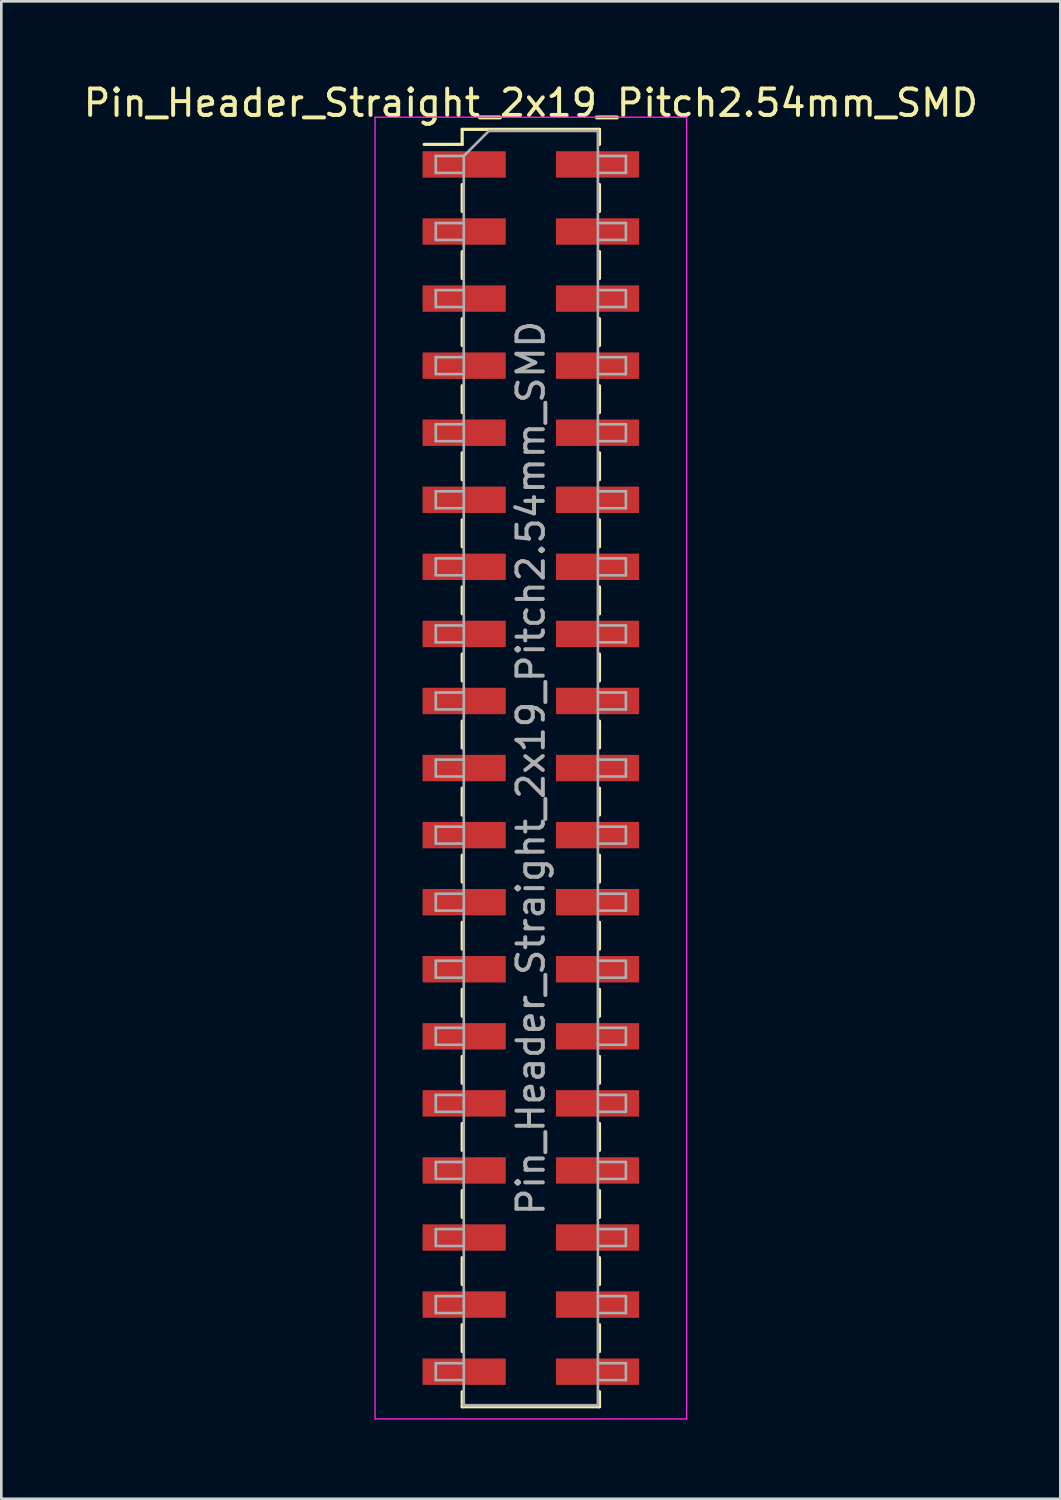
<source format=kicad_pcb>
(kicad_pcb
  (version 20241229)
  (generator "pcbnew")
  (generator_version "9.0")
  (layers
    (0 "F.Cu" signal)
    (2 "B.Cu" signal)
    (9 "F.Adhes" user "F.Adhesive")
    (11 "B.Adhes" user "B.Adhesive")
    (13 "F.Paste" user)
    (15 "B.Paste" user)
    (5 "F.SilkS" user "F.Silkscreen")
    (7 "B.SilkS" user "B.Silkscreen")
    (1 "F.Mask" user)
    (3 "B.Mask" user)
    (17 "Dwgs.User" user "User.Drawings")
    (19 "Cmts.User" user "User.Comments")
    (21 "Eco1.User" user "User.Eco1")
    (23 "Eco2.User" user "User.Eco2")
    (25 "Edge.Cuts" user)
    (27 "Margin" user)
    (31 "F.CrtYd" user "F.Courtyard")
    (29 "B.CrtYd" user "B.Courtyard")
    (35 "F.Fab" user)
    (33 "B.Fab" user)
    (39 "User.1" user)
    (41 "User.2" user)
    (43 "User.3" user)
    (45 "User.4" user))
  (footprint "Pin_Header_Straight_2x19_Pitch2.54mm_SMD"
    (layer "F.Cu")
    (at 17.054 26.038)
    (property "Reference" "Pin_Header_Straight_2x19_Pitch2.54mm_SMD" (at 0 -25.19 0) (layer "F.SilkS") (effects (font (size 1 1) (thickness 0.15))))
    (attr smd)
    (fp_line (start -4.04 -23.62) (end -2.6 -23.62) (stroke (width 0.12) (type solid)) (layer "F.SilkS"))
    (fp_line (start -2.6 -24.19) (end -2.6 -23.62) (stroke (width 0.12) (type solid)) (layer "F.SilkS"))
    (fp_line (start -2.6 -24.19) (end 2.6 -24.19) (stroke (width 0.12) (type solid)) (layer "F.SilkS"))
    (fp_line (start -2.6 -22.1) (end -2.6 -21.08) (stroke (width 0.12) (type solid)) (layer "F.SilkS"))
    (fp_line (start -2.6 -19.56) (end -2.6 -18.54) (stroke (width 0.12) (type solid)) (layer "F.SilkS"))
    (fp_line (start -2.6 -17.02) (end -2.6 -16) (stroke (width 0.12) (type solid)) (layer "F.SilkS"))
    (fp_line (start -2.6 -14.48) (end -2.6 -13.46) (stroke (width 0.12) (type solid)) (layer "F.SilkS"))
    (fp_line (start -2.6 -11.94) (end -2.6 -10.92) (stroke (width 0.12) (type solid)) (layer "F.SilkS"))
    (fp_line (start -2.6 -9.4) (end -2.6 -8.38) (stroke (width 0.12) (type solid)) (layer "F.SilkS"))
    (fp_line (start -2.6 -6.86) (end -2.6 -5.84) (stroke (width 0.12) (type solid)) (layer "F.SilkS"))
    (fp_line (start -2.6 -4.32) (end -2.6 -3.3) (stroke (width 0.12) (type solid)) (layer "F.SilkS"))
    (fp_line (start -2.6 -1.78) (end -2.6 -0.76) (stroke (width 0.12) (type solid)) (layer "F.SilkS"))
    (fp_line (start -2.6 0.76) (end -2.6 1.78) (stroke (width 0.12) (type solid)) (layer "F.SilkS"))
    (fp_line (start -2.6 3.3) (end -2.6 4.32) (stroke (width 0.12) (type solid)) (layer "F.SilkS"))
    (fp_line (start -2.6 5.84) (end -2.6 6.86) (stroke (width 0.12) (type solid)) (layer "F.SilkS"))
    (fp_line (start -2.6 8.38) (end -2.6 9.4) (stroke (width 0.12) (type solid)) (layer "F.SilkS"))
    (fp_line (start -2.6 10.92) (end -2.6 11.94) (stroke (width 0.12) (type solid)) (layer "F.SilkS"))
    (fp_line (start -2.6 13.46) (end -2.6 14.48) (stroke (width 0.12) (type solid)) (layer "F.SilkS"))
    (fp_line (start -2.6 16) (end -2.6 17.02) (stroke (width 0.12) (type solid)) (layer "F.SilkS"))
    (fp_line (start -2.6 18.54) (end -2.6 19.56) (stroke (width 0.12) (type solid)) (layer "F.SilkS"))
    (fp_line (start -2.6 21.08) (end -2.6 22.1) (stroke (width 0.12) (type solid)) (layer "F.SilkS"))
    (fp_line (start -2.6 23.62) (end -2.6 24.19) (stroke (width 0.12) (type solid)) (layer "F.SilkS"))
    (fp_line (start -2.6 24.19) (end 2.6 24.19) (stroke (width 0.12) (type solid)) (layer "F.SilkS"))
    (fp_line (start 2.6 -24.19) (end 2.6 -23.62) (stroke (width 0.12) (type solid)) (layer "F.SilkS"))
    (fp_line (start 2.6 -22.1) (end 2.6 -21.08) (stroke (width 0.12) (type solid)) (layer "F.SilkS"))
    (fp_line (start 2.6 -19.56) (end 2.6 -18.54) (stroke (width 0.12) (type solid)) (layer "F.SilkS"))
    (fp_line (start 2.6 -17.02) (end 2.6 -16) (stroke (width 0.12) (type solid)) (layer "F.SilkS"))
    (fp_line (start 2.6 -14.48) (end 2.6 -13.46) (stroke (width 0.12) (type solid)) (layer "F.SilkS"))
    (fp_line (start 2.6 -11.94) (end 2.6 -10.92) (stroke (width 0.12) (type solid)) (layer "F.SilkS"))
    (fp_line (start 2.6 -9.4) (end 2.6 -8.38) (stroke (width 0.12) (type solid)) (layer "F.SilkS"))
    (fp_line (start 2.6 -6.86) (end 2.6 -5.84) (stroke (width 0.12) (type solid)) (layer "F.SilkS"))
    (fp_line (start 2.6 -4.32) (end 2.6 -3.3) (stroke (width 0.12) (type solid)) (layer "F.SilkS"))
    (fp_line (start 2.6 -1.78) (end 2.6 -0.76) (stroke (width 0.12) (type solid)) (layer "F.SilkS"))
    (fp_line (start 2.6 0.76) (end 2.6 1.78) (stroke (width 0.12) (type solid)) (layer "F.SilkS"))
    (fp_line (start 2.6 3.3) (end 2.6 4.32) (stroke (width 0.12) (type solid)) (layer "F.SilkS"))
    (fp_line (start 2.6 5.84) (end 2.6 6.86) (stroke (width 0.12) (type solid)) (layer "F.SilkS"))
    (fp_line (start 2.6 8.38) (end 2.6 9.4) (stroke (width 0.12) (type solid)) (layer "F.SilkS"))
    (fp_line (start 2.6 10.92) (end 2.6 11.94) (stroke (width 0.12) (type solid)) (layer "F.SilkS"))
    (fp_line (start 2.6 13.46) (end 2.6 14.48) (stroke (width 0.12) (type solid)) (layer "F.SilkS"))
    (fp_line (start 2.6 16) (end 2.6 17.02) (stroke (width 0.12) (type solid)) (layer "F.SilkS"))
    (fp_line (start 2.6 18.54) (end 2.6 19.56) (stroke (width 0.12) (type solid)) (layer "F.SilkS"))
    (fp_line (start 2.6 21.08) (end 2.6 22.1) (stroke (width 0.12) (type solid)) (layer "F.SilkS"))
    (fp_line (start 2.6 23.62) (end 2.6 24.19) (stroke (width 0.12) (type solid)) (layer "F.SilkS"))
    (fp_line (start -5.9 -24.65) (end -5.9 24.65) (stroke (width 0.05) (type solid)) (layer "F.CrtYd"))
    (fp_line (start -5.9 24.65) (end 5.9 24.65) (stroke (width 0.05) (type solid)) (layer "F.CrtYd"))
    (fp_line (start 5.9 -24.65) (end -5.9 -24.65) (stroke (width 0.05) (type solid)) (layer "F.CrtYd"))
    (fp_line (start 5.9 24.65) (end 5.9 -24.65) (stroke (width 0.05) (type solid)) (layer "F.CrtYd"))
    (fp_line (start -3.6 -23.18) (end -3.6 -22.54) (stroke (width 0.1) (type solid)) (layer "F.Fab"))
    (fp_line (start -3.6 -22.54) (end -2.54 -22.54) (stroke (width 0.1) (type solid)) (layer "F.Fab"))
    (fp_line (start -3.6 -20.64) (end -3.6 -20) (stroke (width 0.1) (type solid)) (layer "F.Fab"))
    (fp_line (start -3.6 -20) (end -2.54 -20) (stroke (width 0.1) (type solid)) (layer "F.Fab"))
    (fp_line (start -3.6 -18.1) (end -3.6 -17.46) (stroke (width 0.1) (type solid)) (layer "F.Fab"))
    (fp_line (start -3.6 -17.46) (end -2.54 -17.46) (stroke (width 0.1) (type solid)) (layer "F.Fab"))
    (fp_line (start -3.6 -15.56) (end -3.6 -14.92) (stroke (width 0.1) (type solid)) (layer "F.Fab"))
    (fp_line (start -3.6 -14.92) (end -2.54 -14.92) (stroke (width 0.1) (type solid)) (layer "F.Fab"))
    (fp_line (start -3.6 -13.02) (end -3.6 -12.38) (stroke (width 0.1) (type solid)) (layer "F.Fab"))
    (fp_line (start -3.6 -12.38) (end -2.54 -12.38) (stroke (width 0.1) (type solid)) (layer "F.Fab"))
    (fp_line (start -3.6 -10.48) (end -3.6 -9.84) (stroke (width 0.1) (type solid)) (layer "F.Fab"))
    (fp_line (start -3.6 -9.84) (end -2.54 -9.84) (stroke (width 0.1) (type solid)) (layer "F.Fab"))
    (fp_line (start -3.6 -7.94) (end -3.6 -7.3) (stroke (width 0.1) (type solid)) (layer "F.Fab"))
    (fp_line (start -3.6 -7.3) (end -2.54 -7.3) (stroke (width 0.1) (type solid)) (layer "F.Fab"))
    (fp_line (start -3.6 -5.4) (end -3.6 -4.76) (stroke (width 0.1) (type solid)) (layer "F.Fab"))
    (fp_line (start -3.6 -4.76) (end -2.54 -4.76) (stroke (width 0.1) (type solid)) (layer "F.Fab"))
    (fp_line (start -3.6 -2.86) (end -3.6 -2.22) (stroke (width 0.1) (type solid)) (layer "F.Fab"))
    (fp_line (start -3.6 -2.22) (end -2.54 -2.22) (stroke (width 0.1) (type solid)) (layer "F.Fab"))
    (fp_line (start -3.6 -0.32) (end -3.6 0.32) (stroke (width 0.1) (type solid)) (layer "F.Fab"))
    (fp_line (start -3.6 0.32) (end -2.54 0.32) (stroke (width 0.1) (type solid)) (layer "F.Fab"))
    (fp_line (start -3.6 2.22) (end -3.6 2.86) (stroke (width 0.1) (type solid)) (layer "F.Fab"))
    (fp_line (start -3.6 2.86) (end -2.54 2.86) (stroke (width 0.1) (type solid)) (layer "F.Fab"))
    (fp_line (start -3.6 4.76) (end -3.6 5.4) (stroke (width 0.1) (type solid)) (layer "F.Fab"))
    (fp_line (start -3.6 5.4) (end -2.54 5.4) (stroke (width 0.1) (type solid)) (layer "F.Fab"))
    (fp_line (start -3.6 7.3) (end -3.6 7.94) (stroke (width 0.1) (type solid)) (layer "F.Fab"))
    (fp_line (start -3.6 7.94) (end -2.54 7.94) (stroke (width 0.1) (type solid)) (layer "F.Fab"))
    (fp_line (start -3.6 9.84) (end -3.6 10.48) (stroke (width 0.1) (type solid)) (layer "F.Fab"))
    (fp_line (start -3.6 10.48) (end -2.54 10.48) (stroke (width 0.1) (type solid)) (layer "F.Fab"))
    (fp_line (start -3.6 12.38) (end -3.6 13.02) (stroke (width 0.1) (type solid)) (layer "F.Fab"))
    (fp_line (start -3.6 13.02) (end -2.54 13.02) (stroke (width 0.1) (type solid)) (layer "F.Fab"))
    (fp_line (start -3.6 14.92) (end -3.6 15.56) (stroke (width 0.1) (type solid)) (layer "F.Fab"))
    (fp_line (start -3.6 15.56) (end -2.54 15.56) (stroke (width 0.1) (type solid)) (layer "F.Fab"))
    (fp_line (start -3.6 17.46) (end -3.6 18.1) (stroke (width 0.1) (type solid)) (layer "F.Fab"))
    (fp_line (start -3.6 18.1) (end -2.54 18.1) (stroke (width 0.1) (type solid)) (layer "F.Fab"))
    (fp_line (start -3.6 20) (end -3.6 20.64) (stroke (width 0.1) (type solid)) (layer "F.Fab"))
    (fp_line (start -3.6 20.64) (end -2.54 20.64) (stroke (width 0.1) (type solid)) (layer "F.Fab"))
    (fp_line (start -3.6 22.54) (end -3.6 23.18) (stroke (width 0.1) (type solid)) (layer "F.Fab"))
    (fp_line (start -3.6 23.18) (end -2.54 23.18) (stroke (width 0.1) (type solid)) (layer "F.Fab"))
    (fp_line (start -2.54 -23.18) (end -3.6 -23.18) (stroke (width 0.1) (type solid)) (layer "F.Fab"))
    (fp_line (start -2.54 -23.18) (end -1.59 -24.13) (stroke (width 0.1) (type solid)) (layer "F.Fab"))
    (fp_line (start -2.54 -20.64) (end -3.6 -20.64) (stroke (width 0.1) (type solid)) (layer "F.Fab"))
    (fp_line (start -2.54 -18.1) (end -3.6 -18.1) (stroke (width 0.1) (type solid)) (layer "F.Fab"))
    (fp_line (start -2.54 -15.56) (end -3.6 -15.56) (stroke (width 0.1) (type solid)) (layer "F.Fab"))
    (fp_line (start -2.54 -13.02) (end -3.6 -13.02) (stroke (width 0.1) (type solid)) (layer "F.Fab"))
    (fp_line (start -2.54 -10.48) (end -3.6 -10.48) (stroke (width 0.1) (type solid)) (layer "F.Fab"))
    (fp_line (start -2.54 -7.94) (end -3.6 -7.94) (stroke (width 0.1) (type solid)) (layer "F.Fab"))
    (fp_line (start -2.54 -5.4) (end -3.6 -5.4) (stroke (width 0.1) (type solid)) (layer "F.Fab"))
    (fp_line (start -2.54 -2.86) (end -3.6 -2.86) (stroke (width 0.1) (type solid)) (layer "F.Fab"))
    (fp_line (start -2.54 -0.32) (end -3.6 -0.32) (stroke (width 0.1) (type solid)) (layer "F.Fab"))
    (fp_line (start -2.54 2.22) (end -3.6 2.22) (stroke (width 0.1) (type solid)) (layer "F.Fab"))
    (fp_line (start -2.54 4.76) (end -3.6 4.76) (stroke (width 0.1) (type solid)) (layer "F.Fab"))
    (fp_line (start -2.54 7.3) (end -3.6 7.3) (stroke (width 0.1) (type solid)) (layer "F.Fab"))
    (fp_line (start -2.54 9.84) (end -3.6 9.84) (stroke (width 0.1) (type solid)) (layer "F.Fab"))
    (fp_line (start -2.54 12.38) (end -3.6 12.38) (stroke (width 0.1) (type solid)) (layer "F.Fab"))
    (fp_line (start -2.54 14.92) (end -3.6 14.92) (stroke (width 0.1) (type solid)) (layer "F.Fab"))
    (fp_line (start -2.54 17.46) (end -3.6 17.46) (stroke (width 0.1) (type solid)) (layer "F.Fab"))
    (fp_line (start -2.54 20) (end -3.6 20) (stroke (width 0.1) (type solid)) (layer "F.Fab"))
    (fp_line (start -2.54 22.54) (end -3.6 22.54) (stroke (width 0.1) (type solid)) (layer "F.Fab"))
    (fp_line (start -2.54 24.13) (end -2.54 -23.18) (stroke (width 0.1) (type solid)) (layer "F.Fab"))
    (fp_line (start -1.59 -24.13) (end 2.54 -24.13) (stroke (width 0.1) (type solid)) (layer "F.Fab"))
    (fp_line (start 2.54 -24.13) (end 2.54 24.13) (stroke (width 0.1) (type solid)) (layer "F.Fab"))
    (fp_line (start 2.54 -23.18) (end 3.6 -23.18) (stroke (width 0.1) (type solid)) (layer "F.Fab"))
    (fp_line (start 2.54 -20.64) (end 3.6 -20.64) (stroke (width 0.1) (type solid)) (layer "F.Fab"))
    (fp_line (start 2.54 -18.1) (end 3.6 -18.1) (stroke (width 0.1) (type solid)) (layer "F.Fab"))
    (fp_line (start 2.54 -15.56) (end 3.6 -15.56) (stroke (width 0.1) (type solid)) (layer "F.Fab"))
    (fp_line (start 2.54 -13.02) (end 3.6 -13.02) (stroke (width 0.1) (type solid)) (layer "F.Fab"))
    (fp_line (start 2.54 -10.48) (end 3.6 -10.48) (stroke (width 0.1) (type solid)) (layer "F.Fab"))
    (fp_line (start 2.54 -7.94) (end 3.6 -7.94) (stroke (width 0.1) (type solid)) (layer "F.Fab"))
    (fp_line (start 2.54 -5.4) (end 3.6 -5.4) (stroke (width 0.1) (type solid)) (layer "F.Fab"))
    (fp_line (start 2.54 -2.86) (end 3.6 -2.86) (stroke (width 0.1) (type solid)) (layer "F.Fab"))
    (fp_line (start 2.54 -0.32) (end 3.6 -0.32) (stroke (width 0.1) (type solid)) (layer "F.Fab"))
    (fp_line (start 2.54 2.22) (end 3.6 2.22) (stroke (width 0.1) (type solid)) (layer "F.Fab"))
    (fp_line (start 2.54 4.76) (end 3.6 4.76) (stroke (width 0.1) (type solid)) (layer "F.Fab"))
    (fp_line (start 2.54 7.3) (end 3.6 7.3) (stroke (width 0.1) (type solid)) (layer "F.Fab"))
    (fp_line (start 2.54 9.84) (end 3.6 9.84) (stroke (width 0.1) (type solid)) (layer "F.Fab"))
    (fp_line (start 2.54 12.38) (end 3.6 12.38) (stroke (width 0.1) (type solid)) (layer "F.Fab"))
    (fp_line (start 2.54 14.92) (end 3.6 14.92) (stroke (width 0.1) (type solid)) (layer "F.Fab"))
    (fp_line (start 2.54 17.46) (end 3.6 17.46) (stroke (width 0.1) (type solid)) (layer "F.Fab"))
    (fp_line (start 2.54 20) (end 3.6 20) (stroke (width 0.1) (type solid)) (layer "F.Fab"))
    (fp_line (start 2.54 22.54) (end 3.6 22.54) (stroke (width 0.1) (type solid)) (layer "F.Fab"))
    (fp_line (start 2.54 24.13) (end -2.54 24.13) (stroke (width 0.1) (type solid)) (layer "F.Fab"))
    (fp_line (start 3.6 -23.18) (end 3.6 -22.54) (stroke (width 0.1) (type solid)) (layer "F.Fab"))
    (fp_line (start 3.6 -22.54) (end 2.54 -22.54) (stroke (width 0.1) (type solid)) (layer "F.Fab"))
    (fp_line (start 3.6 -20.64) (end 3.6 -20) (stroke (width 0.1) (type solid)) (layer "F.Fab"))
    (fp_line (start 3.6 -20) (end 2.54 -20) (stroke (width 0.1) (type solid)) (layer "F.Fab"))
    (fp_line (start 3.6 -18.1) (end 3.6 -17.46) (stroke (width 0.1) (type solid)) (layer "F.Fab"))
    (fp_line (start 3.6 -17.46) (end 2.54 -17.46) (stroke (width 0.1) (type solid)) (layer "F.Fab"))
    (fp_line (start 3.6 -15.56) (end 3.6 -14.92) (stroke (width 0.1) (type solid)) (layer "F.Fab"))
    (fp_line (start 3.6 -14.92) (end 2.54 -14.92) (stroke (width 0.1) (type solid)) (layer "F.Fab"))
    (fp_line (start 3.6 -13.02) (end 3.6 -12.38) (stroke (width 0.1) (type solid)) (layer "F.Fab"))
    (fp_line (start 3.6 -12.38) (end 2.54 -12.38) (stroke (width 0.1) (type solid)) (layer "F.Fab"))
    (fp_line (start 3.6 -10.48) (end 3.6 -9.84) (stroke (width 0.1) (type solid)) (layer "F.Fab"))
    (fp_line (start 3.6 -9.84) (end 2.54 -9.84) (stroke (width 0.1) (type solid)) (layer "F.Fab"))
    (fp_line (start 3.6 -7.94) (end 3.6 -7.3) (stroke (width 0.1) (type solid)) (layer "F.Fab"))
    (fp_line (start 3.6 -7.3) (end 2.54 -7.3) (stroke (width 0.1) (type solid)) (layer "F.Fab"))
    (fp_line (start 3.6 -5.4) (end 3.6 -4.76) (stroke (width 0.1) (type solid)) (layer "F.Fab"))
    (fp_line (start 3.6 -4.76) (end 2.54 -4.76) (stroke (width 0.1) (type solid)) (layer "F.Fab"))
    (fp_line (start 3.6 -2.86) (end 3.6 -2.22) (stroke (width 0.1) (type solid)) (layer "F.Fab"))
    (fp_line (start 3.6 -2.22) (end 2.54 -2.22) (stroke (width 0.1) (type solid)) (layer "F.Fab"))
    (fp_line (start 3.6 -0.32) (end 3.6 0.32) (stroke (width 0.1) (type solid)) (layer "F.Fab"))
    (fp_line (start 3.6 0.32) (end 2.54 0.32) (stroke (width 0.1) (type solid)) (layer "F.Fab"))
    (fp_line (start 3.6 2.22) (end 3.6 2.86) (stroke (width 0.1) (type solid)) (layer "F.Fab"))
    (fp_line (start 3.6 2.86) (end 2.54 2.86) (stroke (width 0.1) (type solid)) (layer "F.Fab"))
    (fp_line (start 3.6 4.76) (end 3.6 5.4) (stroke (width 0.1) (type solid)) (layer "F.Fab"))
    (fp_line (start 3.6 5.4) (end 2.54 5.4) (stroke (width 0.1) (type solid)) (layer "F.Fab"))
    (fp_line (start 3.6 7.3) (end 3.6 7.94) (stroke (width 0.1) (type solid)) (layer "F.Fab"))
    (fp_line (start 3.6 7.94) (end 2.54 7.94) (stroke (width 0.1) (type solid)) (layer "F.Fab"))
    (fp_line (start 3.6 9.84) (end 3.6 10.48) (stroke (width 0.1) (type solid)) (layer "F.Fab"))
    (fp_line (start 3.6 10.48) (end 2.54 10.48) (stroke (width 0.1) (type solid)) (layer "F.Fab"))
    (fp_line (start 3.6 12.38) (end 3.6 13.02) (stroke (width 0.1) (type solid)) (layer "F.Fab"))
    (fp_line (start 3.6 13.02) (end 2.54 13.02) (stroke (width 0.1) (type solid)) (layer "F.Fab"))
    (fp_line (start 3.6 14.92) (end 3.6 15.56) (stroke (width 0.1) (type solid)) (layer "F.Fab"))
    (fp_line (start 3.6 15.56) (end 2.54 15.56) (stroke (width 0.1) (type solid)) (layer "F.Fab"))
    (fp_line (start 3.6 17.46) (end 3.6 18.1) (stroke (width 0.1) (type solid)) (layer "F.Fab"))
    (fp_line (start 3.6 18.1) (end 2.54 18.1) (stroke (width 0.1) (type solid)) (layer "F.Fab"))
    (fp_line (start 3.6 20) (end 3.6 20.64) (stroke (width 0.1) (type solid)) (layer "F.Fab"))
    (fp_line (start 3.6 20.64) (end 2.54 20.64) (stroke (width 0.1) (type solid)) (layer "F.Fab"))
    (fp_line (start 3.6 22.54) (end 3.6 23.18) (stroke (width 0.1) (type solid)) (layer "F.Fab"))
    (fp_line (start 3.6 23.18) (end 2.54 23.18) (stroke (width 0.1) (type solid)) (layer "F.Fab"))
    (fp_text user "${REFERENCE}" (at 0 0 90) (layer "F.Fab") (effects (font (size 1 1) (thickness 0.15))))
    (pad "1" smd rect (at -2.525 -22.86) (size 3.15 1) (layers "F.Cu" "F.Mask" "F.Paste"))
    (pad "2" smd rect (at 2.525 -22.86) (size 3.15 1) (layers "F.Cu" "F.Mask" "F.Paste"))
    (pad "3" smd rect (at -2.525 -20.32) (size 3.15 1) (layers "F.Cu" "F.Mask" "F.Paste"))
    (pad "4" smd rect (at 2.525 -20.32) (size 3.15 1) (layers "F.Cu" "F.Mask" "F.Paste"))
    (pad "5" smd rect (at -2.525 -17.78) (size 3.15 1) (layers "F.Cu" "F.Mask" "F.Paste"))
    (pad "6" smd rect (at 2.525 -17.78) (size 3.15 1) (layers "F.Cu" "F.Mask" "F.Paste"))
    (pad "7" smd rect (at -2.525 -15.24) (size 3.15 1) (layers "F.Cu" "F.Mask" "F.Paste"))
    (pad "8" smd rect (at 2.525 -15.24) (size 3.15 1) (layers "F.Cu" "F.Mask" "F.Paste"))
    (pad "9" smd rect (at -2.525 -12.7) (size 3.15 1) (layers "F.Cu" "F.Mask" "F.Paste"))
    (pad "10" smd rect (at 2.525 -12.7) (size 3.15 1) (layers "F.Cu" "F.Mask" "F.Paste"))
    (pad "11" smd rect (at -2.525 -10.16) (size 3.15 1) (layers "F.Cu" "F.Mask" "F.Paste"))
    (pad "12" smd rect (at 2.525 -10.16) (size 3.15 1) (layers "F.Cu" "F.Mask" "F.Paste"))
    (pad "13" smd rect (at -2.525 -7.62) (size 3.15 1) (layers "F.Cu" "F.Mask" "F.Paste"))
    (pad "14" smd rect (at 2.525 -7.62) (size 3.15 1) (layers "F.Cu" "F.Mask" "F.Paste"))
    (pad "15" smd rect (at -2.525 -5.08) (size 3.15 1) (layers "F.Cu" "F.Mask" "F.Paste"))
    (pad "16" smd rect (at 2.525 -5.08) (size 3.15 1) (layers "F.Cu" "F.Mask" "F.Paste"))
    (pad "17" smd rect (at -2.525 -2.54) (size 3.15 1) (layers "F.Cu" "F.Mask" "F.Paste"))
    (pad "18" smd rect (at 2.525 -2.54) (size 3.15 1) (layers "F.Cu" "F.Mask" "F.Paste"))
    (pad "19" smd rect (at -2.525 0) (size 3.15 1) (layers "F.Cu" "F.Mask" "F.Paste"))
    (pad "20" smd rect (at 2.525 0) (size 3.15 1) (layers "F.Cu" "F.Mask" "F.Paste"))
    (pad "21" smd rect (at -2.525 2.54) (size 3.15 1) (layers "F.Cu" "F.Mask" "F.Paste"))
    (pad "22" smd rect (at 2.525 2.54) (size 3.15 1) (layers "F.Cu" "F.Mask" "F.Paste"))
    (pad "23" smd rect (at -2.525 5.08) (size 3.15 1) (layers "F.Cu" "F.Mask" "F.Paste"))
    (pad "24" smd rect (at 2.525 5.08) (size 3.15 1) (layers "F.Cu" "F.Mask" "F.Paste"))
    (pad "25" smd rect (at -2.525 7.62) (size 3.15 1) (layers "F.Cu" "F.Mask" "F.Paste"))
    (pad "26" smd rect (at 2.525 7.62) (size 3.15 1) (layers "F.Cu" "F.Mask" "F.Paste"))
    (pad "27" smd rect (at -2.525 10.16) (size 3.15 1) (layers "F.Cu" "F.Mask" "F.Paste"))
    (pad "28" smd rect (at 2.525 10.16) (size 3.15 1) (layers "F.Cu" "F.Mask" "F.Paste"))
    (pad "29" smd rect (at -2.525 12.7) (size 3.15 1) (layers "F.Cu" "F.Mask" "F.Paste"))
    (pad "30" smd rect (at 2.525 12.7) (size 3.15 1) (layers "F.Cu" "F.Mask" "F.Paste"))
    (pad "31" smd rect (at -2.525 15.24) (size 3.15 1) (layers "F.Cu" "F.Mask" "F.Paste"))
    (pad "32" smd rect (at 2.525 15.24) (size 3.15 1) (layers "F.Cu" "F.Mask" "F.Paste"))
    (pad "33" smd rect (at -2.525 17.78) (size 3.15 1) (layers "F.Cu" "F.Mask" "F.Paste"))
    (pad "34" smd rect (at 2.525 17.78) (size 3.15 1) (layers "F.Cu" "F.Mask" "F.Paste"))
    (pad "35" smd rect (at -2.525 20.32) (size 3.15 1) (layers "F.Cu" "F.Mask" "F.Paste"))
    (pad "36" smd rect (at 2.525 20.32) (size 3.15 1) (layers "F.Cu" "F.Mask" "F.Paste"))
    (pad "37" smd rect (at -2.525 22.86) (size 3.15 1) (layers "F.Cu" "F.Mask" "F.Paste"))
    (pad "38" smd rect (at 2.525 22.86) (size 3.15 1) (layers "F.Cu" "F.Mask" "F.Paste")))
  (gr_rect
    (start -3 -3)
    (end 37.107 53.713)
    (stroke (width 0.1) (type default))
    (fill no)
    (layer "Edge.Cuts")))
</source>
